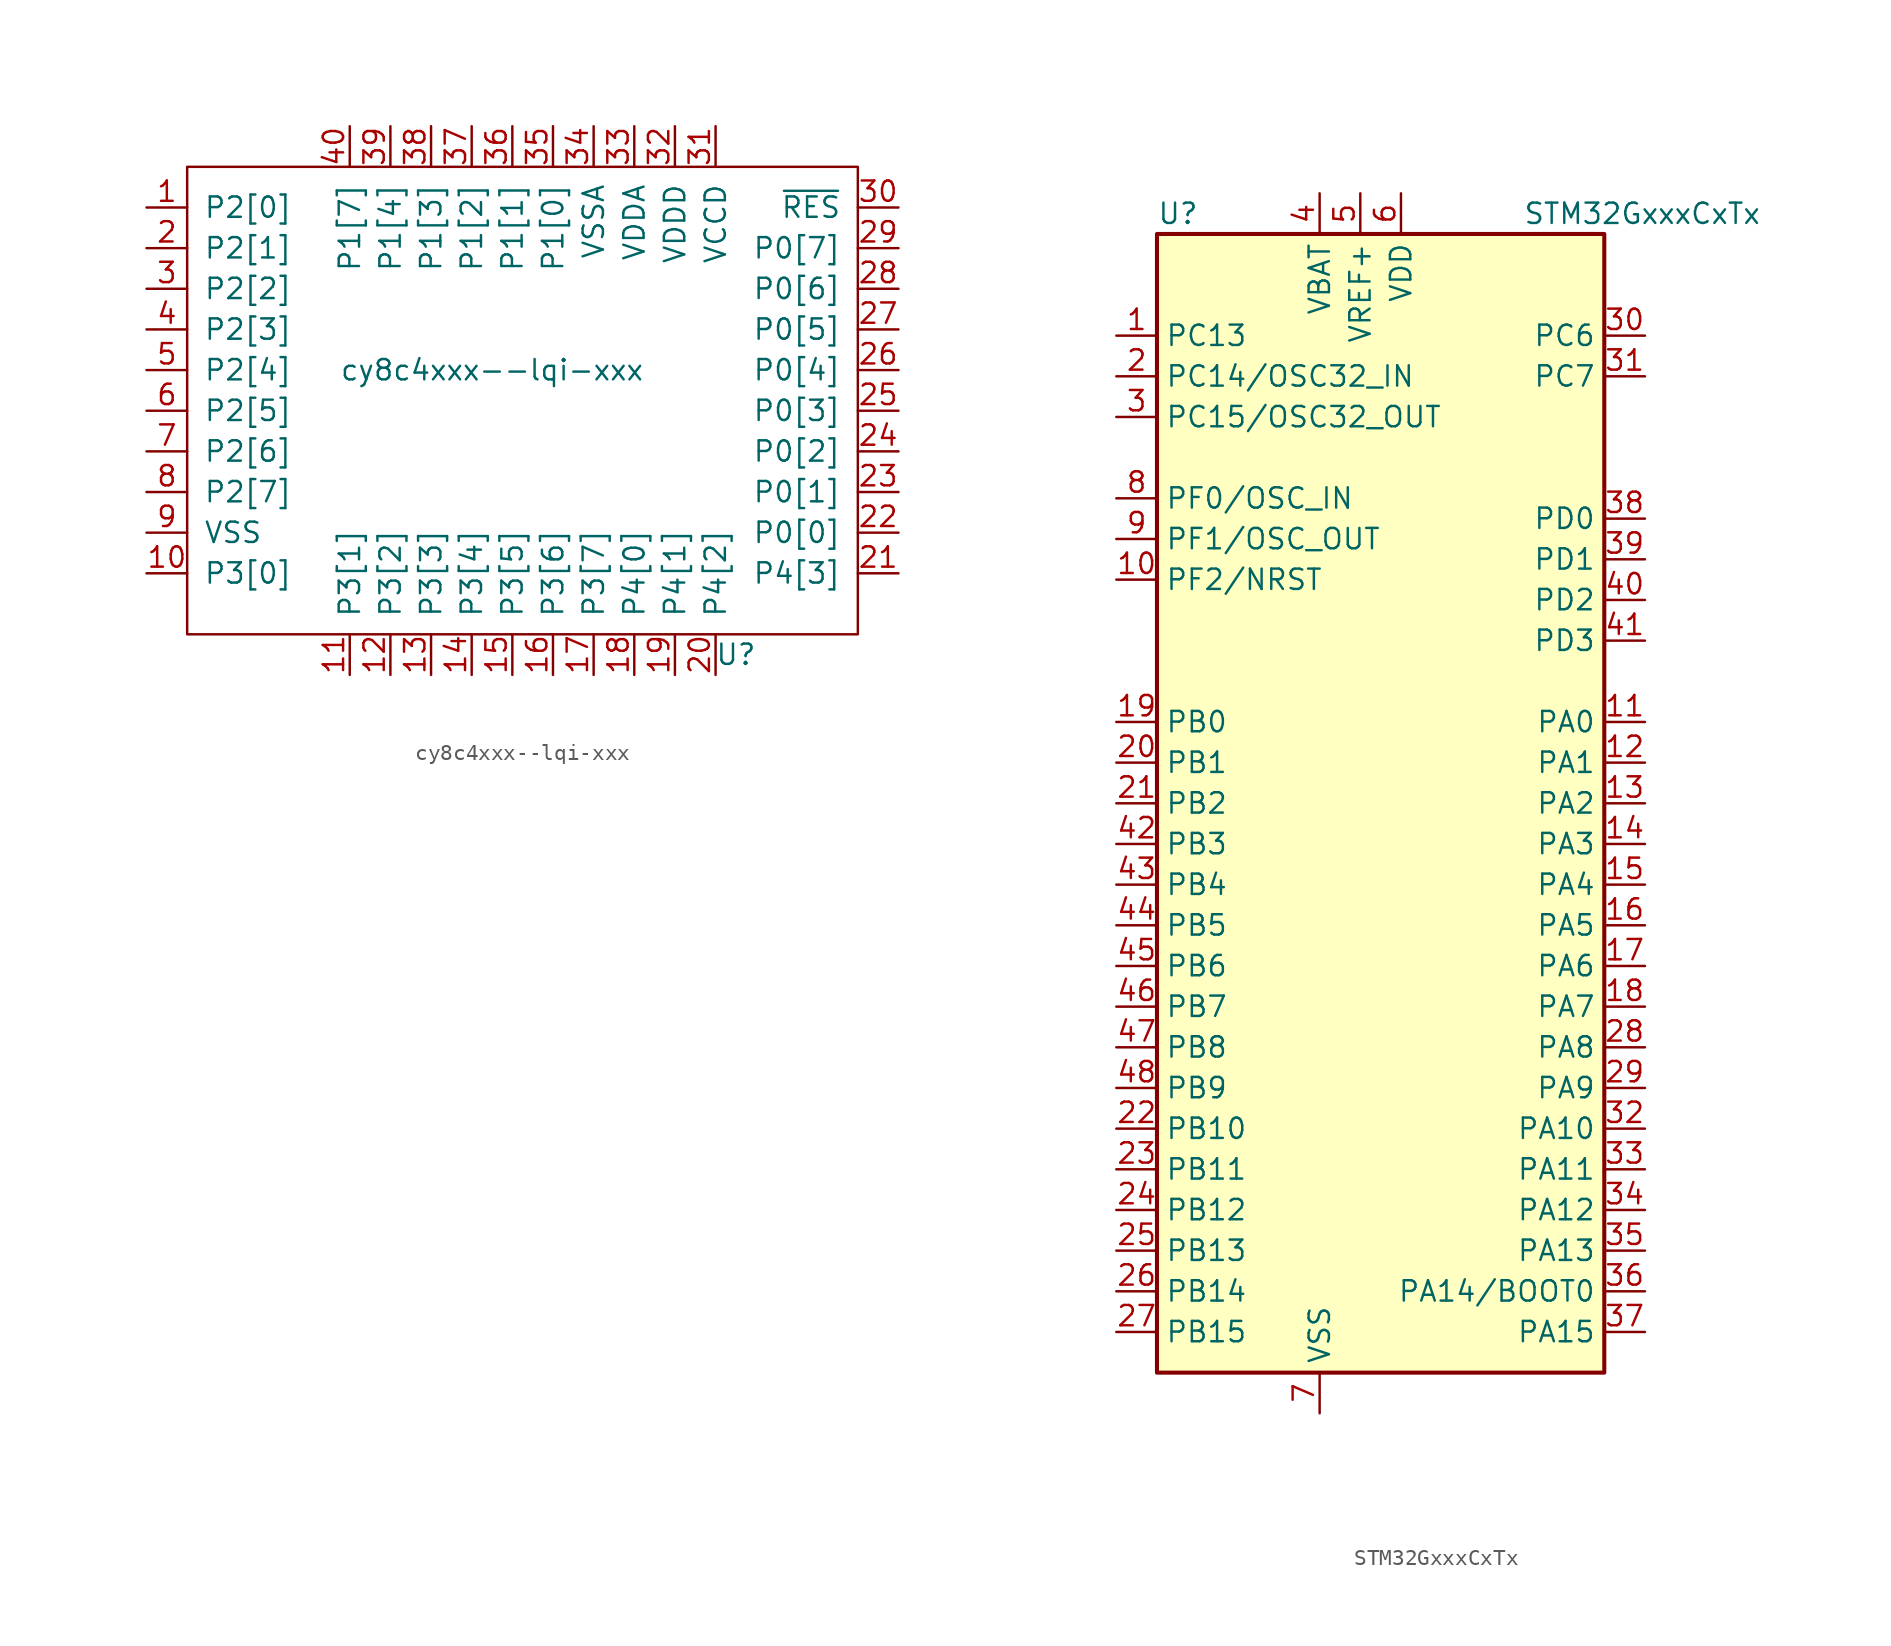
<source format=kicad_sym>
(kicad_symbol_lib
  (version 20211014)
  (generator kicad_symbol_editor)
  (symbol "cy8c4xxx--lqi-xxx"
    (pin_names
      (offset 1.016))
    (property "Reference" "U"
      (at 12.7 -16.51 0)
      (effects (font (size 1.27 1.27))))
    (property "Value" "cy8c4xxx--lqi-xxx"
      (at -2.54 1.27 0)
      (effects (font (size 1.27 1.27))))
    (symbol "cy8c4xxx--lqi-xxx_0_1"
      (rectangle (start -21.59 13.97) (end 20.32 -15.24) (stroke (width 0) (type default) (color 0 0 0 0)) (fill (type none))))
    (symbol "cy8c4xxx--lqi-xxx_1_1"
      (pin bidirectional line (at -24.13 11.43 0) (length 2.54) (name "P2[0]" (effects (font (size 1.27 1.27)))) (number "1" (effects (font (size 1.27 1.27)))))
      (pin bidirectional line (at -24.13 -11.43 0) (length 2.54) (name "P3[0]" (effects (font (size 1.27 1.27)))) (number "10" (effects (font (size 1.27 1.27)))))
      (pin bidirectional line (at -11.43 -17.78 90) (length 2.54) (name "P3[1]" (effects (font (size 1.27 1.27)))) (number "11" (effects (font (size 1.27 1.27)))))
      (pin bidirectional line (at -8.89 -17.78 90) (length 2.54) (name "P3[2]" (effects (font (size 1.27 1.27)))) (number "12" (effects (font (size 1.27 1.27)))))
      (pin bidirectional line (at -6.35 -17.78 90) (length 2.54) (name "P3[3]" (effects (font (size 1.27 1.27)))) (number "13" (effects (font (size 1.27 1.27)))))
      (pin bidirectional line (at -3.81 -17.78 90) (length 2.54) (name "P3[4]" (effects (font (size 1.27 1.27)))) (number "14" (effects (font (size 1.27 1.27)))))
      (pin bidirectional line (at -1.27 -17.78 90) (length 2.54) (name "P3[5]" (effects (font (size 1.27 1.27)))) (number "15" (effects (font (size 1.27 1.27)))))
      (pin bidirectional line (at 1.27 -17.78 90) (length 2.54) (name "P3[6]" (effects (font (size 1.27 1.27)))) (number "16" (effects (font (size 1.27 1.27)))))
      (pin bidirectional line (at 3.81 -17.78 90) (length 2.54) (name "P3[7]" (effects (font (size 1.27 1.27)))) (number "17" (effects (font (size 1.27 1.27)))))
      (pin bidirectional line (at 6.35 -17.78 90) (length 2.54) (name "P4[0]" (effects (font (size 1.27 1.27)))) (number "18" (effects (font (size 1.27 1.27)))))
      (pin bidirectional line (at 8.89 -17.78 90) (length 2.54) (name "P4[1]" (effects (font (size 1.27 1.27)))) (number "19" (effects (font (size 1.27 1.27)))))
      (pin bidirectional line (at -24.13 8.89 0) (length 2.54) (name "P2[1]" (effects (font (size 1.27 1.27)))) (number "2" (effects (font (size 1.27 1.27)))))
      (pin bidirectional line (at 11.43 -17.78 90) (length 2.54) (name "P4[2]" (effects (font (size 1.27 1.27)))) (number "20" (effects (font (size 1.27 1.27)))))
      (pin bidirectional line (at 22.86 -11.43 180) (length 2.54) (name "P4[3]" (effects (font (size 1.27 1.27)))) (number "21" (effects (font (size 1.27 1.27)))))
      (pin bidirectional line (at 22.86 -8.89 180) (length 2.54) (name "P0[0]" (effects (font (size 1.27 1.27)))) (number "22" (effects (font (size 1.27 1.27)))))
      (pin bidirectional line (at 22.86 -6.35 180) (length 2.54) (name "P0[1]" (effects (font (size 1.27 1.27)))) (number "23" (effects (font (size 1.27 1.27)))))
      (pin bidirectional line (at 22.86 -3.81 180) (length 2.54) (name "P0[2]" (effects (font (size 1.27 1.27)))) (number "24" (effects (font (size 1.27 1.27)))))
      (pin bidirectional line (at 22.86 -1.27 180) (length 2.54) (name "P0[3]" (effects (font (size 1.27 1.27)))) (number "25" (effects (font (size 1.27 1.27)))))
      (pin bidirectional line (at 22.86 1.27 180) (length 2.54) (name "P0[4]" (effects (font (size 1.27 1.27)))) (number "26" (effects (font (size 1.27 1.27)))))
      (pin bidirectional line (at 22.86 3.81 180) (length 2.54) (name "P0[5]" (effects (font (size 1.27 1.27)))) (number "27" (effects (font (size 1.27 1.27)))))
      (pin bidirectional line (at 22.86 6.35 180) (length 2.54) (name "P0[6]" (effects (font (size 1.27 1.27)))) (number "28" (effects (font (size 1.27 1.27)))))
      (pin bidirectional line (at 22.86 8.89 180) (length 2.54) (name "P0[7]" (effects (font (size 1.27 1.27)))) (number "29" (effects (font (size 1.27 1.27)))))
      (pin bidirectional line (at -24.13 6.35 0) (length 2.54) (name "P2[2]" (effects (font (size 1.27 1.27)))) (number "3" (effects (font (size 1.27 1.27)))))
      (pin bidirectional line (at 22.86 11.43 180) (length 2.54) (name "~{RES}" (effects (font (size 1.27 1.27)))) (number "30" (effects (font (size 1.27 1.27)))))
      (pin bidirectional line (at 11.43 16.51 270) (length 2.54) (name "VCCD" (effects (font (size 1.27 1.27)))) (number "31" (effects (font (size 1.27 1.27)))))
      (pin bidirectional line (at 8.89 16.51 270) (length 2.54) (name "VDDD" (effects (font (size 1.27 1.27)))) (number "32" (effects (font (size 1.27 1.27)))))
      (pin bidirectional line (at 6.35 16.51 270) (length 2.54) (name "VDDA" (effects (font (size 1.27 1.27)))) (number "33" (effects (font (size 1.27 1.27)))))
      (pin bidirectional line (at 3.81 16.51 270) (length 2.54) (name "VSSA" (effects (font (size 1.27 1.27)))) (number "34" (effects (font (size 1.27 1.27)))))
      (pin bidirectional line (at 1.27 16.51 270) (length 2.54) (name "P1[0]" (effects (font (size 1.27 1.27)))) (number "35" (effects (font (size 1.27 1.27)))))
      (pin bidirectional line (at -1.27 16.51 270) (length 2.54) (name "P1[1]" (effects (font (size 1.27 1.27)))) (number "36" (effects (font (size 1.27 1.27)))))
      (pin bidirectional line (at -3.81 16.51 270) (length 2.54) (name "P1[2]" (effects (font (size 1.27 1.27)))) (number "37" (effects (font (size 1.27 1.27)))))
      (pin bidirectional line (at -6.35 16.51 270) (length 2.54) (name "P1[3]" (effects (font (size 1.27 1.27)))) (number "38" (effects (font (size 1.27 1.27)))))
      (pin bidirectional line (at -8.89 16.51 270) (length 2.54) (name "P1[4]" (effects (font (size 1.27 1.27)))) (number "39" (effects (font (size 1.27 1.27)))))
      (pin bidirectional line (at -24.13 3.81 0) (length 2.54) (name "P2[3]" (effects (font (size 1.27 1.27)))) (number "4" (effects (font (size 1.27 1.27)))))
      (pin bidirectional line (at -11.43 16.51 270) (length 2.54) (name "P1[7]" (effects (font (size 1.27 1.27)))) (number "40" (effects (font (size 1.27 1.27)))))
      (pin bidirectional line (at -24.13 1.27 0) (length 2.54) (name "P2[4]" (effects (font (size 1.27 1.27)))) (number "5" (effects (font (size 1.27 1.27)))))
      (pin bidirectional line (at -24.13 -1.27 0) (length 2.54) (name "P2[5]" (effects (font (size 1.27 1.27)))) (number "6" (effects (font (size 1.27 1.27)))))
      (pin bidirectional line (at -24.13 -3.81 0) (length 2.54) (name "P2[6]" (effects (font (size 1.27 1.27)))) (number "7" (effects (font (size 1.27 1.27)))))
      (pin bidirectional line (at -24.13 -6.35 0) (length 2.54) (name "P2[7]" (effects (font (size 1.27 1.27)))) (number "8" (effects (font (size 1.27 1.27)))))
      (pin bidirectional line (at -24.13 -8.89 0) (length 2.54) (name "VSS" (effects (font (size 1.27 1.27)))) (number "9" (effects (font (size 1.27 1.27)))))))
  (symbol "STM32GxxxCxTx"
    (property "Reference" "U"
      (at -15.24 36.83 0)
      (effects (font (size 1.27 1.27)) (justify left)))
    (property "Value" "STM32GxxxCxTx"
      (at 7.62 36.83 0)
      (effects (font (size 1.27 1.27)) (justify left)))
    (symbol "STM32GxxxCxTx_0_1"
      (rectangle (start -15.24 -35.56) (end 12.7 35.56) (stroke (width 0.254) (type default) (color 0 0 0 0)) (fill (type background))))
    (symbol "STM32GxxxCxTx_1_1"
      (pin bidirectional line (at -17.78 29.21 0) (length 2.54) (name "PC13" (effects (font (size 1.27 1.27)))) (number "1" (effects (font (size 1.27 1.27)))))
      (pin power_in line (at -17.78 13.97 0) (length 2.54) (name "PF2/NRST" (effects (font (size 1.27 1.27)))) (number "10" (effects (font (size 1.27 1.27)))))
      (pin bidirectional line (at 15.24 5.08 180) (length 2.54) (name "PA0" (effects (font (size 1.27 1.27)))) (number "11" (effects (font (size 1.27 1.27)))))
      (pin bidirectional line (at 15.24 2.54 180) (length 2.54) (name "PA1" (effects (font (size 1.27 1.27)))) (number "12" (effects (font (size 1.27 1.27)))))
      (pin bidirectional line (at 15.24 0 180) (length 2.54) (name "PA2" (effects (font (size 1.27 1.27)))) (number "13" (effects (font (size 1.27 1.27)))))
      (pin bidirectional line (at 15.24 -2.54 180) (length 2.54) (name "PA3" (effects (font (size 1.27 1.27)))) (number "14" (effects (font (size 1.27 1.27)))))
      (pin bidirectional line (at 15.24 -5.08 180) (length 2.54) (name "PA4" (effects (font (size 1.27 1.27)))) (number "15" (effects (font (size 1.27 1.27)))))
      (pin bidirectional line (at 15.24 -7.62 180) (length 2.54) (name "PA5" (effects (font (size 1.27 1.27)))) (number "16" (effects (font (size 1.27 1.27)))))
      (pin bidirectional line (at 15.24 -10.16 180) (length 2.54) (name "PA6" (effects (font (size 1.27 1.27)))) (number "17" (effects (font (size 1.27 1.27)))))
      (pin bidirectional line (at 15.24 -12.7 180) (length 2.54) (name "PA7" (effects (font (size 1.27 1.27)))) (number "18" (effects (font (size 1.27 1.27)))))
      (pin bidirectional line (at -17.78 5.08 0) (length 2.54) (name "PB0" (effects (font (size 1.27 1.27)))) (number "19" (effects (font (size 1.27 1.27)))))
      (pin bidirectional line (at -17.78 26.67 0) (length 2.54) (name "PC14/OSC32_IN" (effects (font (size 1.27 1.27)))) (number "2" (effects (font (size 1.27 1.27)))))
      (pin bidirectional line (at -17.78 2.54 0) (length 2.54) (name "PB1" (effects (font (size 1.27 1.27)))) (number "20" (effects (font (size 1.27 1.27)))))
      (pin bidirectional line (at -17.78 0 0) (length 2.54) (name "PB2" (effects (font (size 1.27 1.27)))) (number "21" (effects (font (size 1.27 1.27)))))
      (pin bidirectional line (at -17.78 -20.32 0) (length 2.54) (name "PB10" (effects (font (size 1.27 1.27)))) (number "22" (effects (font (size 1.27 1.27)))))
      (pin bidirectional line (at -17.78 -22.86 0) (length 2.54) (name "PB11" (effects (font (size 1.27 1.27)))) (number "23" (effects (font (size 1.27 1.27)))))
      (pin bidirectional line (at -17.78 -25.4 0) (length 2.54) (name "PB12" (effects (font (size 1.27 1.27)))) (number "24" (effects (font (size 1.27 1.27)))))
      (pin bidirectional line (at -17.78 -27.94 0) (length 2.54) (name "PB13" (effects (font (size 1.27 1.27)))) (number "25" (effects (font (size 1.27 1.27)))))
      (pin bidirectional line (at -17.78 -30.48 0) (length 2.54) (name "PB14" (effects (font (size 1.27 1.27)))) (number "26" (effects (font (size 1.27 1.27)))))
      (pin bidirectional line (at -17.78 -33.02 0) (length 2.54) (name "PB15" (effects (font (size 1.27 1.27)))) (number "27" (effects (font (size 1.27 1.27)))))
      (pin bidirectional line (at 15.24 -15.24 180) (length 2.54) (name "PA8" (effects (font (size 1.27 1.27)))) (number "28" (effects (font (size 1.27 1.27)))))
      (pin bidirectional line (at 15.24 -17.78 180) (length 2.54) (name "PA9" (effects (font (size 1.27 1.27)))) (number "29" (effects (font (size 1.27 1.27)))))
      (pin bidirectional line (at -17.78 24.13 0) (length 2.54) (name "PC15/OSC32_OUT" (effects (font (size 1.27 1.27)))) (number "3" (effects (font (size 1.27 1.27)))))
      (pin bidirectional line (at 15.24 29.21 180) (length 2.54) (name "PC6" (effects (font (size 1.27 1.27)))) (number "30" (effects (font (size 1.27 1.27)))))
      (pin bidirectional line (at 15.24 26.67 180) (length 2.54) (name "PC7" (effects (font (size 1.27 1.27)))) (number "31" (effects (font (size 1.27 1.27)))))
      (pin bidirectional line (at 15.24 -20.32 180) (length 2.54) (name "PA10" (effects (font (size 1.27 1.27)))) (number "32" (effects (font (size 1.27 1.27)))))
      (pin bidirectional line (at 15.24 -22.86 180) (length 2.54) (name "PA11" (effects (font (size 1.27 1.27)))) (number "33" (effects (font (size 1.27 1.27)))))
      (pin bidirectional line (at 15.24 -25.4 180) (length 2.54) (name "PA12" (effects (font (size 1.27 1.27)))) (number "34" (effects (font (size 1.27 1.27)))))
      (pin bidirectional line (at 15.24 -27.94 180) (length 2.54) (name "PA13" (effects (font (size 1.27 1.27)))) (number "35" (effects (font (size 1.27 1.27)))))
      (pin bidirectional line (at 15.24 -30.48 180) (length 2.54) (name "PA14/BOOT0" (effects (font (size 1.27 1.27)))) (number "36" (effects (font (size 1.27 1.27)))))
      (pin bidirectional line (at 15.24 -33.02 180) (length 2.54) (name "PA15" (effects (font (size 1.27 1.27)))) (number "37" (effects (font (size 1.27 1.27)))))
      (pin input line (at 15.24 17.78 180) (length 2.54) (name "PD0" (effects (font (size 1.27 1.27)))) (number "38" (effects (font (size 1.27 1.27)))))
      (pin input line (at 15.24 15.24 180) (length 2.54) (name "PD1" (effects (font (size 1.27 1.27)))) (number "39" (effects (font (size 1.27 1.27)))))
      (pin power_in line (at -5.08 38.1 270) (length 2.54) (name "VBAT" (effects (font (size 1.27 1.27)))) (number "4" (effects (font (size 1.27 1.27)))))
      (pin input line (at 15.24 12.7 180) (length 2.54) (name "PD2" (effects (font (size 1.27 1.27)))) (number "40" (effects (font (size 1.27 1.27)))))
      (pin input line (at 15.24 10.16 180) (length 2.54) (name "PD3" (effects (font (size 1.27 1.27)))) (number "41" (effects (font (size 1.27 1.27)))))
      (pin bidirectional line (at -17.78 -2.54 0) (length 2.54) (name "PB3" (effects (font (size 1.27 1.27)))) (number "42" (effects (font (size 1.27 1.27)))))
      (pin bidirectional line (at -17.78 -5.08 0) (length 2.54) (name "PB4" (effects (font (size 1.27 1.27)))) (number "43" (effects (font (size 1.27 1.27)))))
      (pin bidirectional line (at -17.78 -7.62 0) (length 2.54) (name "PB5" (effects (font (size 1.27 1.27)))) (number "44" (effects (font (size 1.27 1.27)))))
      (pin bidirectional line (at -17.78 -10.16 0) (length 2.54) (name "PB6" (effects (font (size 1.27 1.27)))) (number "45" (effects (font (size 1.27 1.27)))))
      (pin bidirectional line (at -17.78 -12.7 0) (length 2.54) (name "PB7" (effects (font (size 1.27 1.27)))) (number "46" (effects (font (size 1.27 1.27)))))
      (pin bidirectional line (at -17.78 -15.24 0) (length 2.54) (name "PB8" (effects (font (size 1.27 1.27)))) (number "47" (effects (font (size 1.27 1.27)))))
      (pin bidirectional line (at -17.78 -17.78 0) (length 2.54) (name "PB9" (effects (font (size 1.27 1.27)))) (number "48" (effects (font (size 1.27 1.27)))))
      (pin power_in line (at -2.54 38.1 270) (length 2.54) (name "VREF+" (effects (font (size 1.27 1.27)))) (number "5" (effects (font (size 1.27 1.27)))))
      (pin power_in line (at 0 38.1 270) (length 2.54) (name "VDD" (effects (font (size 1.27 1.27)))) (number "6" (effects (font (size 1.27 1.27)))))
      (pin power_in line (at -5.08 -38.1 90) (length 2.54) (name "VSS" (effects (font (size 1.27 1.27)))) (number "7" (effects (font (size 1.27 1.27)))))
      (pin power_in line (at -17.78 19.05 0) (length 2.54) (name "PF0/OSC_IN" (effects (font (size 1.27 1.27)))) (number "8" (effects (font (size 1.27 1.27)))))
      (pin power_in line (at -17.78 16.51 0) (length 2.54) (name "PF1/OSC_OUT" (effects (font (size 1.27 1.27)))) (number "9" (effects (font (size 1.27 1.27))))))))
</source>
